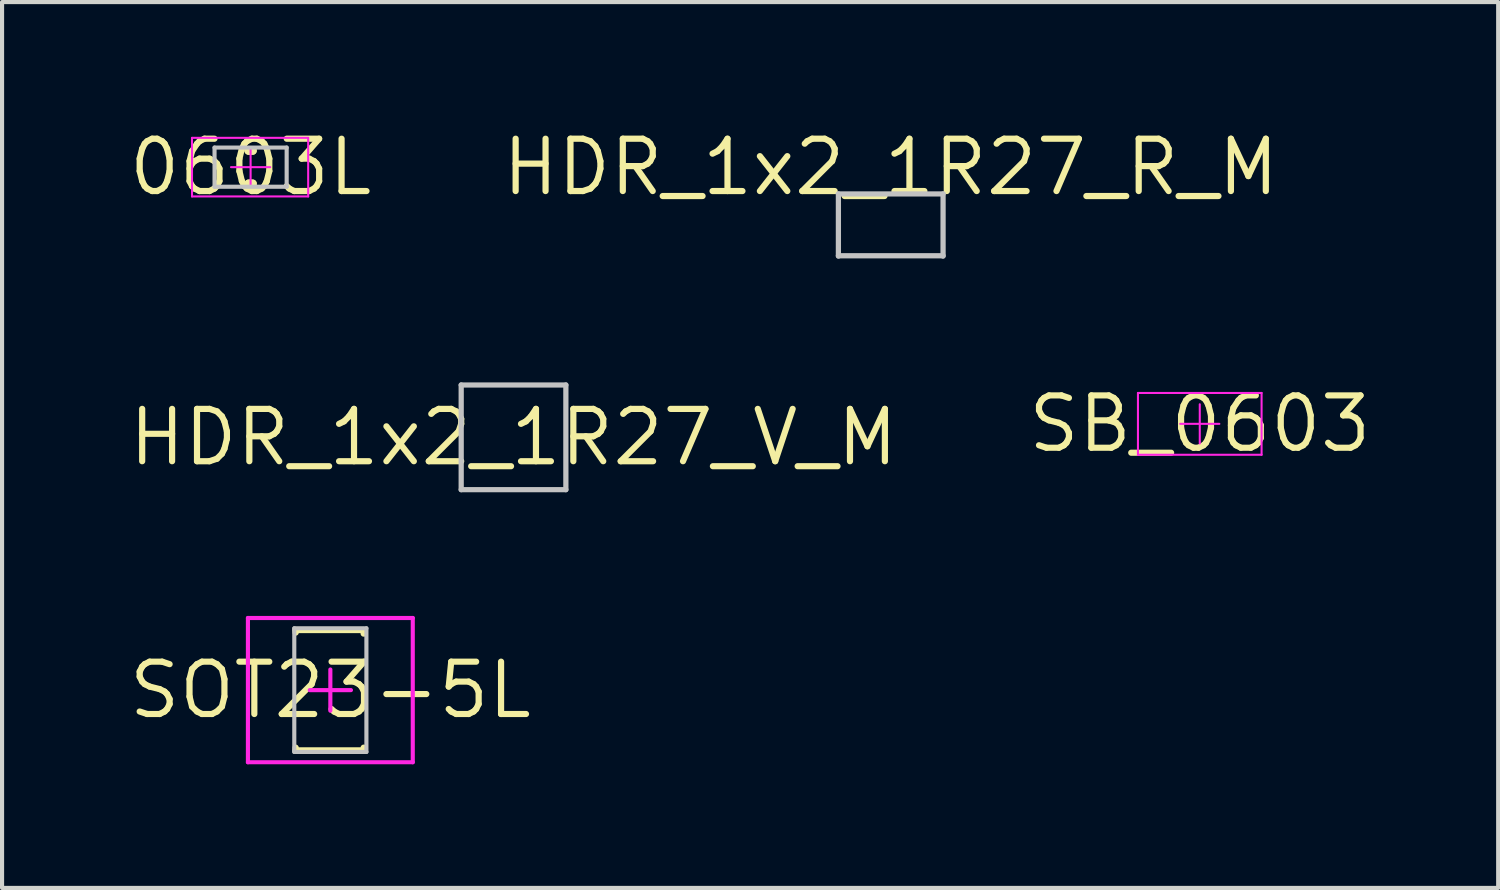
<source format=kicad_pcb>
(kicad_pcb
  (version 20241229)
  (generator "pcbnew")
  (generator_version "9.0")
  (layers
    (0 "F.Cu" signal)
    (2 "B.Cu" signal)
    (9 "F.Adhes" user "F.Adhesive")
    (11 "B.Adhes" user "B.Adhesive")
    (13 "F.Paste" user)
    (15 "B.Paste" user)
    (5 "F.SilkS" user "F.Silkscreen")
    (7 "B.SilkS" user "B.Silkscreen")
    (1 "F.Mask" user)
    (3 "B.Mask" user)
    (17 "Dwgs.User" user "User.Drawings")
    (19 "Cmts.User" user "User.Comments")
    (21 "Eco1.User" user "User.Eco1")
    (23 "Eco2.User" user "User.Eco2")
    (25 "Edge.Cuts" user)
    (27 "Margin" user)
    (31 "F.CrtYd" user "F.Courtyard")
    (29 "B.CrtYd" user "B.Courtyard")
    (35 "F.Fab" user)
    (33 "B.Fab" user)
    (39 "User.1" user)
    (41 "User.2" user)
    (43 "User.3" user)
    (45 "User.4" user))
  (footprint "0603L"
    (layer "F.Cu")
    (at 3.031 1.006)
    (property "Reference" "0603L" (at 0 0 0) (layer "F.SilkS") (effects (font (size 1.27 1.27) (thickness 0.15))))
    (attr through_hole)
    (fp_line (start -0.05 -0.4) (end 0.05 -0.4) (stroke (width 0.2) (type solid)) (layer "F.SilkS"))
    (fp_line (start -0.05 0.4) (end 0.05 0.4) (stroke (width 0.2) (type solid)) (layer "F.SilkS"))
    (fp_line (start -0.05 -0.4) (end 0.05 -0.4) (stroke (width 0.2) (type solid)) (layer "F.SilkS"))
    (fp_line (start -0.05 0.4) (end 0.05 0.4) (stroke (width 0.2) (type solid)) (layer "F.SilkS"))
    (fp_line (start -0.875 -0.475) (end 0.875 -0.475) (stroke (width 0.1) (type solid)) (layer "Dwgs.User"))
    (fp_line (start -0.875 0.475) (end -0.875 -0.475) (stroke (width 0.1) (type solid)) (layer "Dwgs.User"))
    (fp_line (start -0.875 0.475) (end 0.875 0.475) (stroke (width 0.1) (type solid)) (layer "Dwgs.User"))
    (fp_line (start 0.875 0.475) (end 0.875 -0.475) (stroke (width 0.1) (type solid)) (layer "Dwgs.User"))
    (fp_line (start -1.422 -0.711) (end 1.397 -0.711) (stroke (width 0.05) (type solid)) (layer "F.CrtYd"))
    (fp_line (start -1.422 0.711) (end -1.422 -0.711) (stroke (width 0.05) (type solid)) (layer "F.CrtYd"))
    (fp_line (start -1.422 0.711) (end 1.397 0.711) (stroke (width 0.05) (type solid)) (layer "F.CrtYd"))
    (fp_line (start -0.475 -0.00008) (end 0.475 -0.00008) (stroke (width 0.05) (type solid)) (layer "F.CrtYd"))
    (fp_line (start 0.00008 0.475) (end 0.00008 -0.475) (stroke (width 0.05) (type solid)) (layer "F.CrtYd"))
    (fp_line (start 1.397 0.711) (end 1.397 -0.711) (stroke (width 0.05) (type solid)) (layer "F.CrtYd")))
  (footprint "SB_0603"
    (layer "F.Cu")
    (at 26.063 7.235)
    (property "Reference" "SB_0603" (at 0 0 0) (layer "F.SilkS") (effects (font (size 1.27 1.27) (thickness 0.15))))
    (attr through_hole)
    (fp_line (start -1.5 -0.75) (end 1.5 -0.75) (stroke (width 0.05) (type solid)) (layer "F.CrtYd"))
    (fp_line (start -1.5 0.75) (end -1.5 -0.75) (stroke (width 0.05) (type solid)) (layer "F.CrtYd"))
    (fp_line (start -1.5 0.75) (end 1.5 0.75) (stroke (width 0.05) (type solid)) (layer "F.CrtYd"))
    (fp_line (start -0.475 0) (end 0.475 0) (stroke (width 0.05) (type solid)) (layer "F.CrtYd"))
    (fp_line (start 0 0.475) (end 0 -0.475) (stroke (width 0.05) (type solid)) (layer "F.CrtYd"))
    (fp_line (start 1.5 0.75) (end 1.5 -0.75) (stroke (width 0.05) (type solid)) (layer "F.CrtYd")))
  (footprint "HDR_1x2_1R27_R_M"
    (layer "F.Cu")
    (at 18.564 1.006)
    (property "Reference" "HDR_1x2_1R27_R_M" (at 0 0 0) (layer "F.SilkS") (effects (font (size 1.27 1.27) (thickness 0.15))))
    (attr through_hole)
    (fp_line (start -1.27 0.65) (end 1.27 0.65) (stroke (width 0.127) (type solid)) (layer "Dwgs.User"))
    (fp_line (start -1.27 2.15) (end 1.27 2.15) (stroke (width 0.127) (type solid)) (layer "Dwgs.User"))
    (fp_line (start -1.27 2.159) (end -1.27 0.65) (stroke (width 0.127) (type solid)) (layer "Dwgs.User"))
    (fp_line (start 1.27 2.159) (end 1.27 0.65) (stroke (width 0.127) (type solid)) (layer "Dwgs.User")))
  (footprint "SOT23-5L"
    (layer "F.Cu")
    (at 4.966 13.696)
    (property "Reference" "SOT23-5L" (at 0 0 0) (layer "F.SilkS") (effects (font (size 1.27 1.27) (thickness 0.15))))
    (attr through_hole)
    (fp_line (start -0.842 -1.458) (end 0.809 -1.458) (stroke (width 0.152) (type solid)) (layer "F.SilkS"))
    (fp_line (start -0.842 -1.397) (end -0.842 -1.458) (stroke (width 0.152) (type solid)) (layer "F.SilkS"))
    (fp_line (start -0.842 1.463) (end -0.842 1.397) (stroke (width 0.152) (type solid)) (layer "F.SilkS"))
    (fp_line (start -0.842 1.463) (end 0.809 1.463) (stroke (width 0.152) (type solid)) (layer "F.SilkS"))
    (fp_line (start 0.809 -1.372) (end 0.809 -1.458) (stroke (width 0.152) (type solid)) (layer "F.SilkS"))
    (fp_line (start 0.809 1.463) (end 0.809 1.397) (stroke (width 0.152) (type solid)) (layer "F.SilkS"))
    (fp_line (start -0.875 -1.5) (end 0.875 -1.5) (stroke (width 0.1) (type solid)) (layer "Dwgs.User"))
    (fp_line (start -0.875 1.5) (end -0.875 -1.5) (stroke (width 0.1) (type solid)) (layer "Dwgs.User"))
    (fp_line (start -0.875 1.5) (end 0.875 1.5) (stroke (width 0.1) (type solid)) (layer "Dwgs.User"))
    (fp_line (start 0.875 1.5) (end 0.875 -1.5) (stroke (width 0.1) (type solid)) (layer "Dwgs.User"))
    (fp_line (start -2 -1.75) (end 2 -1.75) (stroke (width 0.1) (type solid)) (layer "F.CrtYd"))
    (fp_line (start -2 1.75) (end -2 -1.75) (stroke (width 0.1) (type solid)) (layer "F.CrtYd"))
    (fp_line (start -2 1.75) (end 2 1.75) (stroke (width 0.1) (type solid)) (layer "F.CrtYd"))
    (fp_line (start -0.5 0) (end 0.5 0) (stroke (width 0.1) (type solid)) (layer "F.CrtYd"))
    (fp_line (start 0 0.5) (end 0 -0.5) (stroke (width 0.1) (type solid)) (layer "F.CrtYd"))
    (fp_line (start 2 1.75) (end 2 -1.75) (stroke (width 0.1) (type solid)) (layer "F.CrtYd")))
  (footprint "HDR_1x2_1R27_V_M"
    (layer "F.Cu")
    (at 9.411 7.562)
    (property "Reference" "HDR_1x2_1R27_V_M" (at 0 0 0) (layer "F.SilkS") (effects (font (size 1.27 1.27) (thickness 0.15))))
    (attr through_hole)
    (fp_line (start -1.27 -1.27) (end 1.27 -1.27) (stroke (width 0.127) (type solid)) (layer "Dwgs.User"))
    (fp_line (start -1.27 1.27) (end -1.27 -1.27) (stroke (width 0.127) (type solid)) (layer "Dwgs.User"))
    (fp_line (start -1.27 1.27) (end 1.27 1.27) (stroke (width 0.127) (type solid)) (layer "Dwgs.User"))
    (fp_line (start 1.27 1.27) (end 1.27 -1.27) (stroke (width 0.127) (type solid)) (layer "Dwgs.User")))
  (gr_rect
    (start -3 -3)
    (end 33.304 18.496)
    (stroke (width 0.1) (type default))
    (fill no)
    (layer "Edge.Cuts")))
</source>
